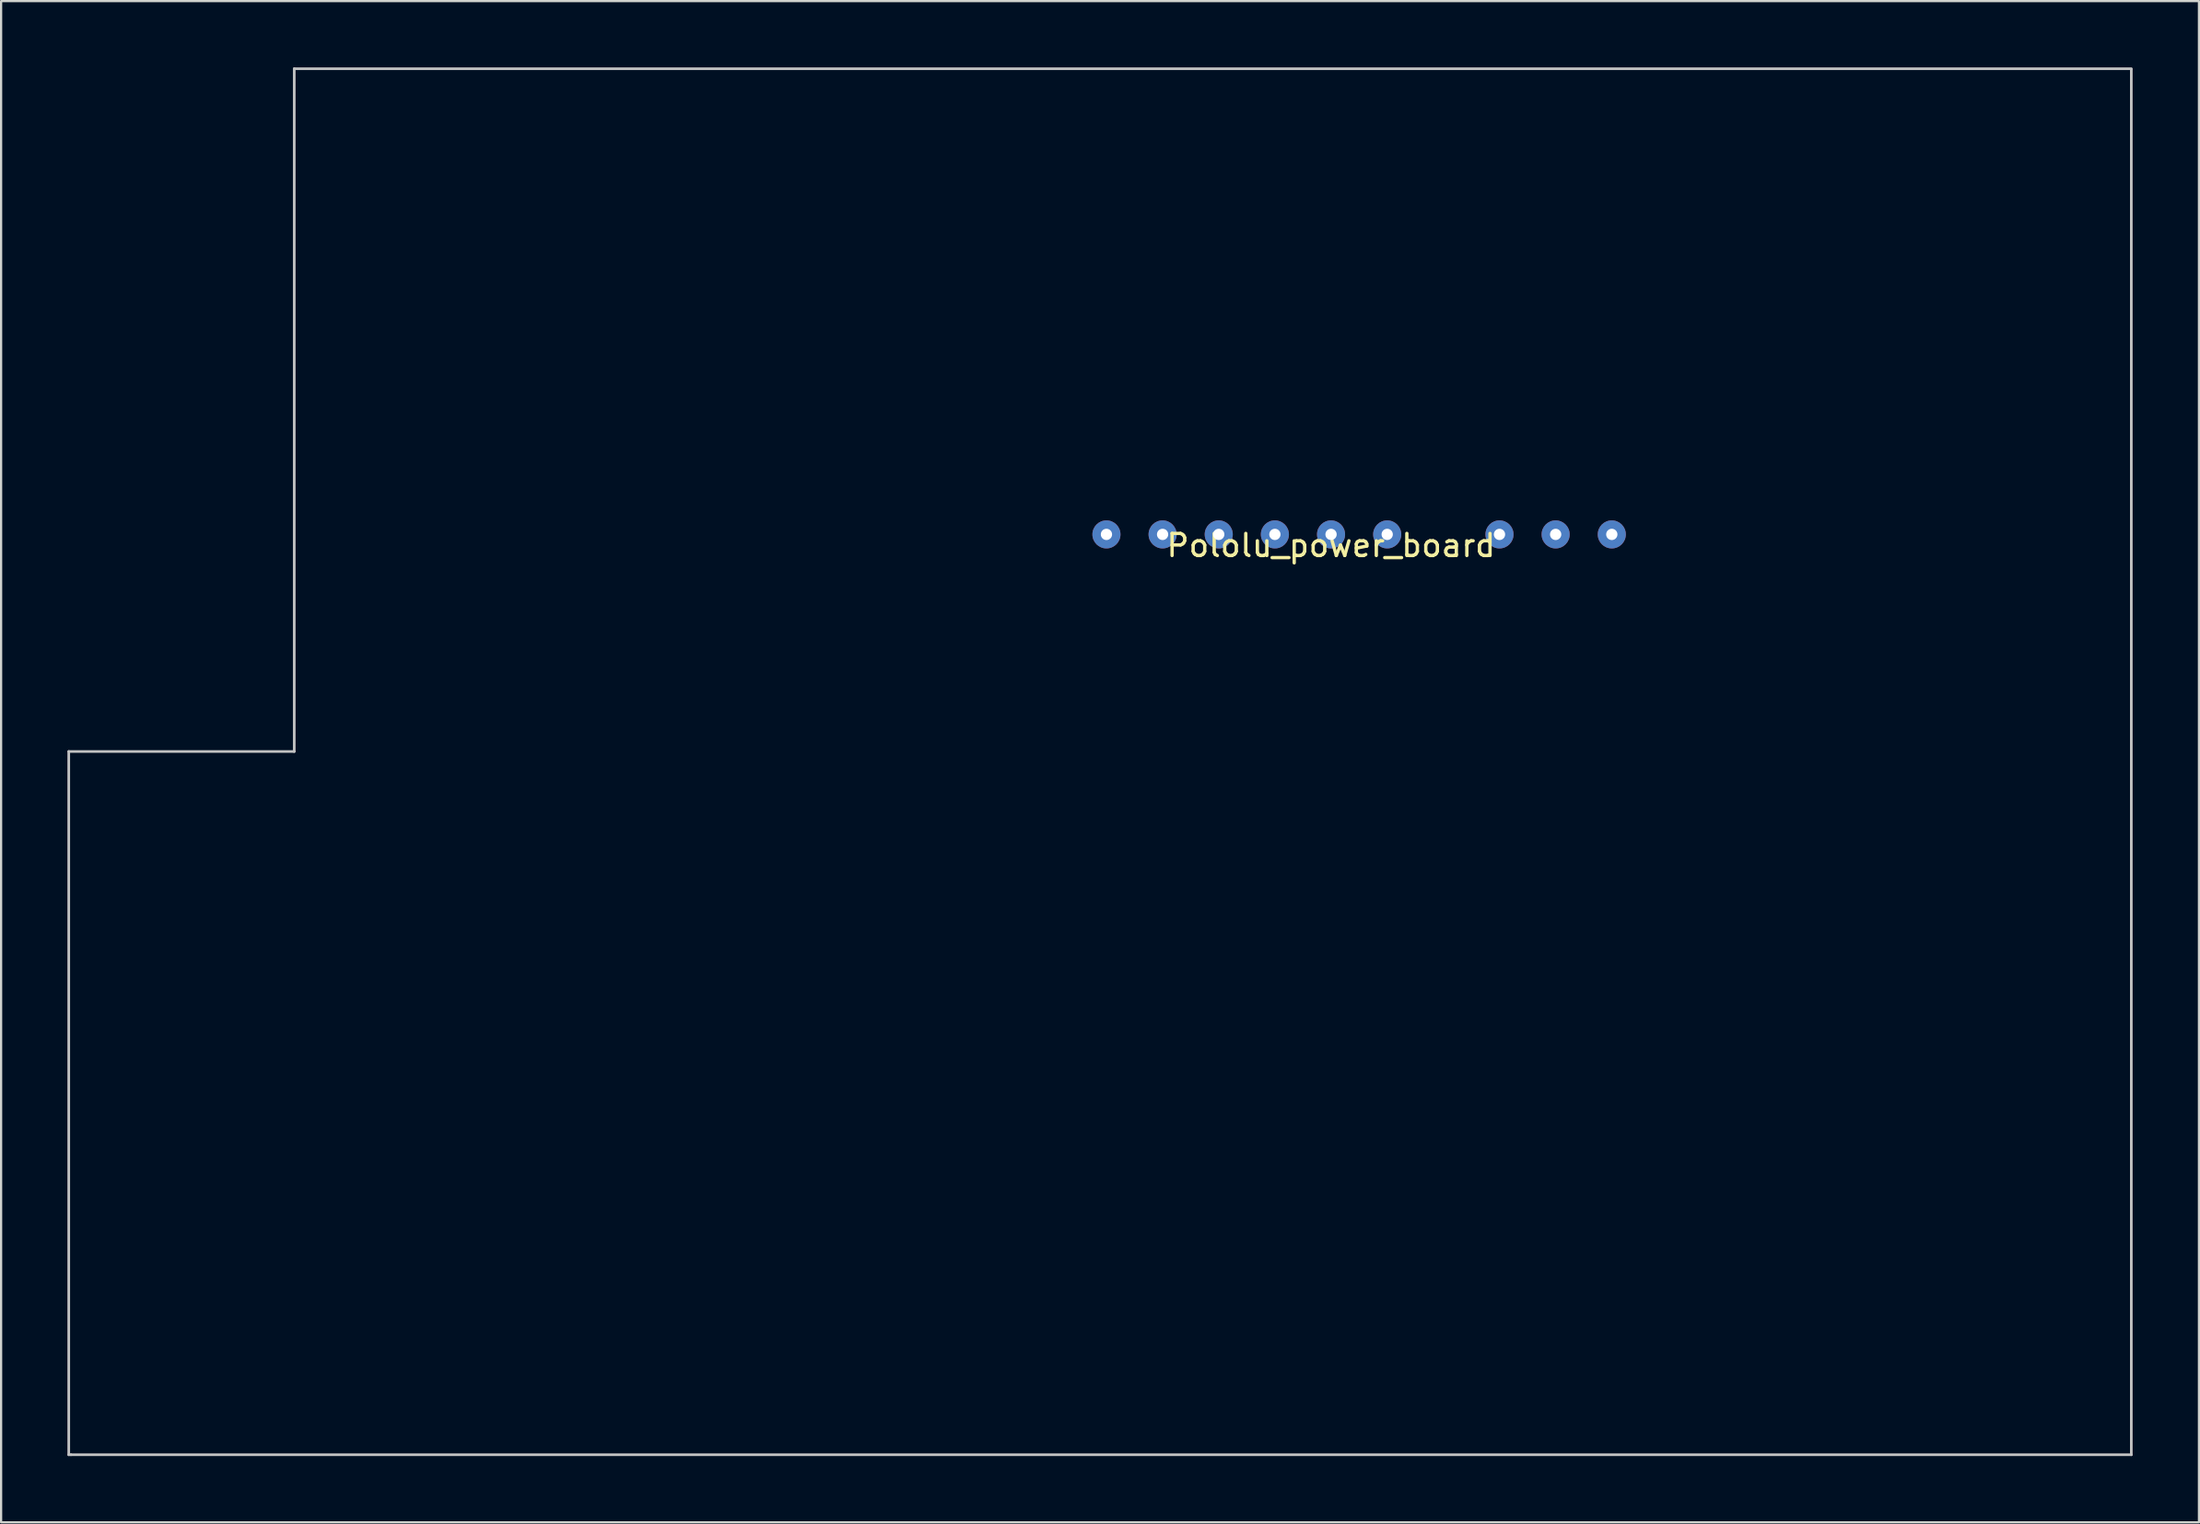
<source format=kicad_pcb>
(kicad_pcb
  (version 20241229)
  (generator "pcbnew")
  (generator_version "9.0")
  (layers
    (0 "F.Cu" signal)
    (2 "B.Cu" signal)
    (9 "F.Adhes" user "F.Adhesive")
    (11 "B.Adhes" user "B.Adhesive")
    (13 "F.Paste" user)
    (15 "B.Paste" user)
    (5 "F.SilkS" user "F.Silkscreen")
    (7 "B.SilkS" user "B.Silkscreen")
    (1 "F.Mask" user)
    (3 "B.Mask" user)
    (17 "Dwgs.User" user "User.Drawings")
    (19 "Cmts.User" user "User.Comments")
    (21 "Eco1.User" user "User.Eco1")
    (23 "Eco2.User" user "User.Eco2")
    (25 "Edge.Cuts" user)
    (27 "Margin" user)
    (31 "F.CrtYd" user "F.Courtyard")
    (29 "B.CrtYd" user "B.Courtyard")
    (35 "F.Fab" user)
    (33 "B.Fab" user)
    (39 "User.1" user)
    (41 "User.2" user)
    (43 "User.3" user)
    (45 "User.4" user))
  (footprint "Pololu_power_board"
    (layer "F.Cu")
    (at 57.16 21.135)
    (property "Reference" "Pololu_power_board" (at 0 0.5 0) (layer "F.SilkS") (effects (font (size 1 1) (thickness 0.15))))
    (attr through_hole)
    (fp_line (start -57.1 9.825) (end -57.1 41.65) (stroke (width 0.12) (type solid)) (layer "Dwgs.User"))
    (fp_line (start -57.1 41.65) (end -57 41.65) (stroke (width 0.12) (type solid)) (layer "Dwgs.User"))
    (fp_line (start -46.9 -21.075) (end -46.9 9.825) (stroke (width 0.12) (type solid)) (layer "Dwgs.User"))
    (fp_line (start -46.9 9.825) (end -57.1 9.825) (stroke (width 0.12) (type solid)) (layer "Dwgs.User"))
    (fp_line (start 36.2 -21.075) (end -46.9 -21.075) (stroke (width 0.12) (type solid)) (layer "Dwgs.User"))
    (fp_line (start 36.2 -21.05) (end 36.2 41.65) (stroke (width 0.12) (type solid)) (layer "Dwgs.User"))
    (fp_line (start 36.2 41.65) (end -57 41.65) (stroke (width 0.12) (type solid)) (layer "Dwgs.User"))
    (pad "1" thru_hole circle (at 12.7 0) (size 1.27 1.27) (drill 0.51) (layers "*.Cu" "*.Mask"))
    (pad "2" thru_hole circle (at 10.16 0) (size 1.27 1.27) (drill 0.51) (layers "*.Cu" "*.Mask"))
    (pad "3" thru_hole circle (at 7.62 0) (size 1.27 1.27) (drill 0.51) (layers "*.Cu" "*.Mask"))
    (pad "4" thru_hole circle (at 2.54 0) (size 1.27 1.27) (drill 0.51) (layers "*.Cu" "*.Mask"))
    (pad "5" thru_hole circle (at 0 0) (size 1.27 1.27) (drill 0.51) (layers "*.Cu" "*.Mask"))
    (pad "6" thru_hole circle (at -2.54 0) (size 1.27 1.27) (drill 0.51) (layers "*.Cu" "*.Mask"))
    (pad "7" thru_hole circle (at -5.08 0) (size 1.27 1.27) (drill 0.51) (layers "*.Cu" "*.Mask"))
    (pad "8" thru_hole circle (at -7.62 0) (size 1.27 1.27) (drill 0.51) (layers "*.Cu" "*.Mask"))
    (pad "9" thru_hole circle (at -10.16 0) (size 1.27 1.27) (drill 0.51) (layers "*.Cu" "*.Mask")))
  (gr_rect
    (start -3 -3)
    (end 96.42 65.845)
    (stroke (width 0.1) (type default))
    (fill no)
    (layer "Edge.Cuts")))
</source>
